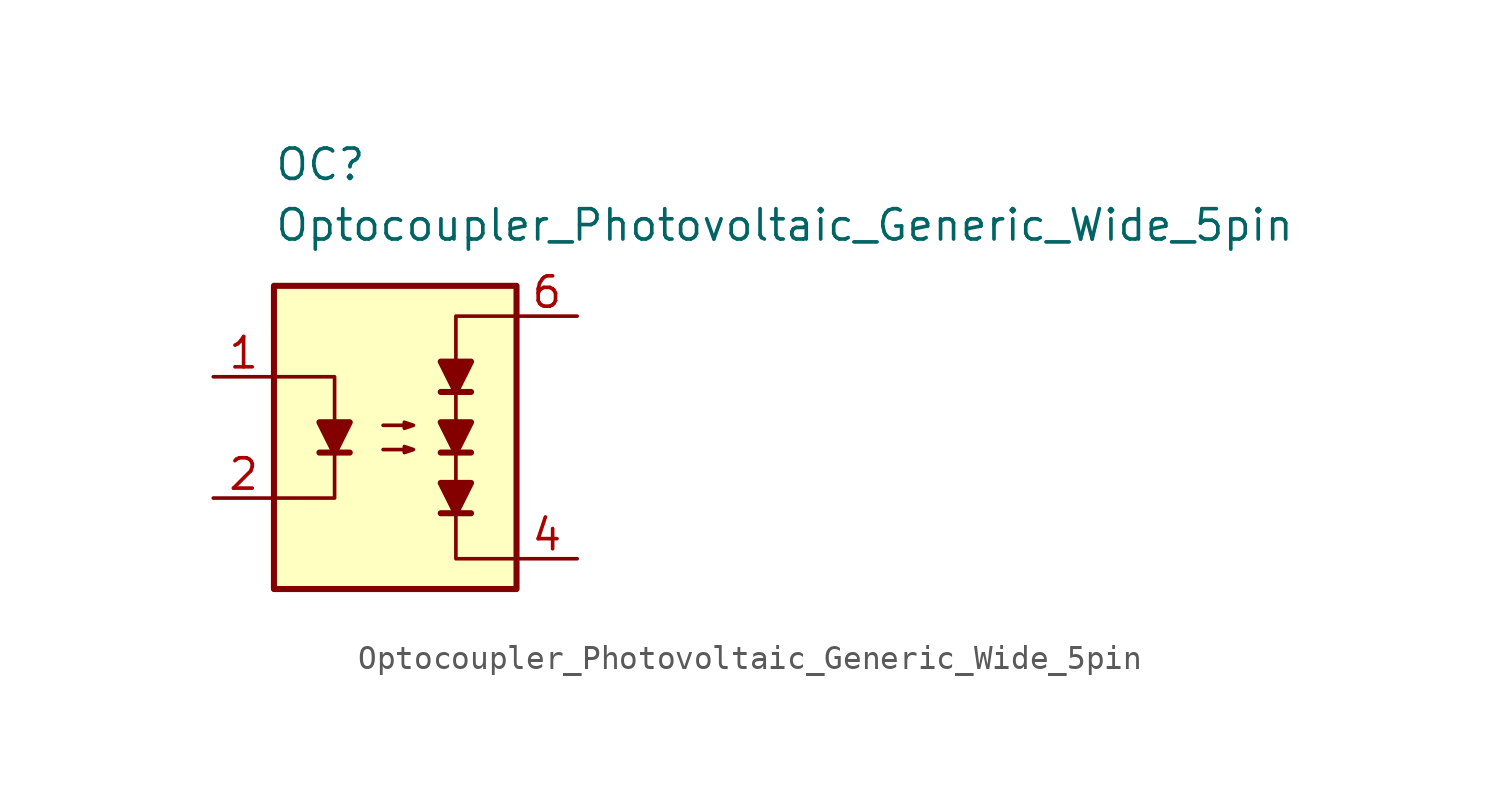
<source format=kicad_sym>
(kicad_symbol_lib
  (version 20231120)
  (generator "kicad_symbol_editor")
  (generator_version "8.0")
  (symbol "Optocoupler_Photovoltaic_Generic_Wide_5pin"
    (pin_names
      (offset 1.016))
    (property "Reference" "OC"
      (at -5.08 11.43 0)
      (effects (font (size 1.27 1.27)) (justify left)))
    (property "Value" "Optocoupler_Photovoltaic_Generic_Wide_5pin"
      (at -5.08 8.89 0)
      (effects (font (size 1.27 1.27)) (justify left)))
    (symbol "Optocoupler_Photovoltaic_Generic_Wide_5pin_0_0"
      (rectangle (start -5.08 6.35) (end 5.08 -6.35) (stroke (width 0.254) (type default)) (fill (type background)))
      (polyline (pts (xy 5.08 -5.08) (xy 2.54 -5.08) (xy 2.54 5.08) (xy 5.08 5.08)) (stroke (width 0) (type default)) (fill (type none))))
    (symbol "Optocoupler_Photovoltaic_Generic_Wide_5pin_0_1"
      (polyline (pts (xy -3.175 -0.635) (xy -1.905 -0.635)) (stroke (width 0.254) (type default)) (fill (type none)))
      (polyline (pts (xy -5.08 2.54) (xy -2.54 2.54) (xy -2.54 -0.635)) (stroke (width 0) (type default)) (fill (type none)))
      (polyline (pts (xy -2.54 -0.635) (xy -2.54 -2.54) (xy -5.08 -2.54)) (stroke (width 0) (type default)) (fill (type none)))
      (polyline (pts (xy -2.54 -0.635) (xy -3.175 0.635) (xy -1.905 0.635) (xy -2.54 -0.635)) (stroke (width 0.254) (type default)) (fill (type outline)))
      (polyline (pts (xy -0.508 -0.508) (xy 0.762 -0.508) (xy 0.381 -0.635) (xy 0.381 -0.381) (xy 0.762 -0.508)) (stroke (width 0) (type default)) (fill (type none)))
      (polyline (pts (xy -0.508 0.508) (xy 0.762 0.508) (xy 0.381 0.381) (xy 0.381 0.635) (xy 0.762 0.508)) (stroke (width 0) (type default)) (fill (type none))))
    (symbol "Optocoupler_Photovoltaic_Generic_Wide_5pin_1_1"
      (polyline (pts (xy 1.905 -3.175) (xy 3.175 -3.175)) (stroke (width 0.254) (type default)) (fill (type none)))
      (polyline (pts (xy 1.905 -0.635) (xy 3.175 -0.635)) (stroke (width 0.254) (type default)) (fill (type none)))
      (polyline (pts (xy 1.905 1.905) (xy 3.175 1.905)) (stroke (width 0.254) (type default)) (fill (type none)))
      (polyline (pts (xy 2.54 -3.175) (xy 1.905 -1.905) (xy 3.175 -1.905) (xy 2.54 -3.175)) (stroke (width 0.254) (type default)) (fill (type outline)))
      (polyline (pts (xy 2.54 -0.635) (xy 1.905 0.635) (xy 3.175 0.635) (xy 2.54 -0.635)) (stroke (width 0.254) (type default)) (fill (type outline)))
      (polyline (pts (xy 2.54 1.905) (xy 1.905 3.175) (xy 3.175 3.175) (xy 2.54 1.905)) (stroke (width 0.254) (type default)) (fill (type outline)))
      (pin passive line (at -7.62 2.54 0) (length 2.54) (name "~" (effects (font (size 1.27 1.27)))) (number "1" (effects (font (size 1.27 1.27)))))
      (pin passive line (at -7.62 -2.54 0) (length 2.54) (name "~" (effects (font (size 1.27 1.27)))) (number "2" (effects (font (size 1.27 1.27)))))
      (pin free line (at 0 1.27 0) (length 2.54) hide (name "NC" (effects (font (size 1.27 1.27)))) (number "3" (effects (font (size 1.27 1.27)))))
      (pin passive line (at 7.62 -5.08 180) (length 2.54) (name "~" (effects (font (size 1.27 1.27)))) (number "4" (effects (font (size 1.27 1.27)))))
      (pin passive line (at 7.62 5.08 180) (length 2.54) (name "~" (effects (font (size 1.27 1.27)))) (number "6" (effects (font (size 1.27 1.27))))))))
</source>
